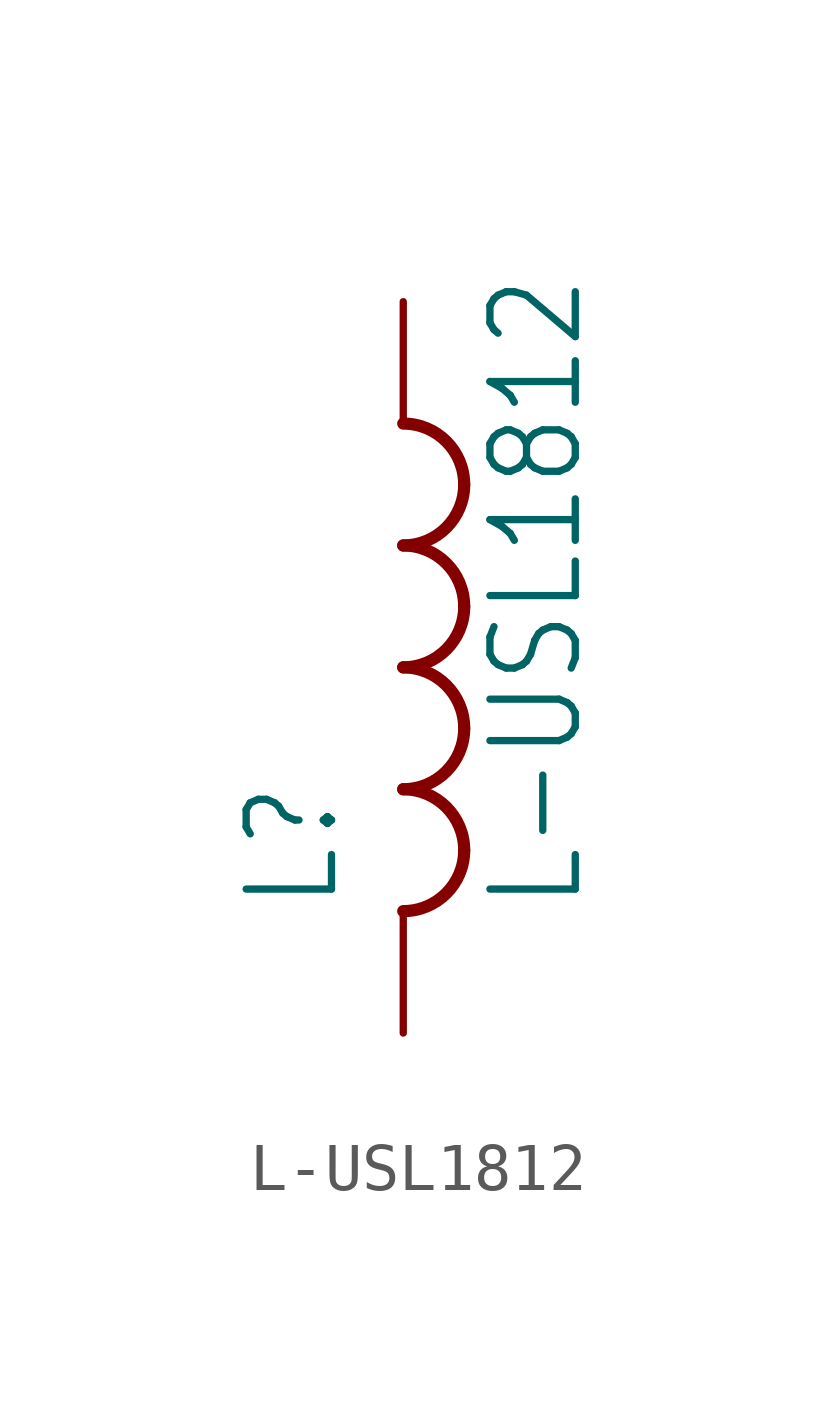
<source format=kicad_sym>
(kicad_symbol_lib
  (version 20211014)
  (generator kicad_symbol_editor)
  (symbol "L-USL1812"
    (property "Reference" "L"
      (at -1.27 -5.08 90)
      (effects (font (size 1.778 1.511)) (justify left bottom)))
    (property "Value" "L-USL1812"
      (at 3.81 -5.08 90)
      (effects (font (size 1.778 1.511)) (justify left bottom)))
    (property "ki_locked" ""
      (at 0 0 0)
      (effects (font (size 1.27 1.27))))
    (symbol "L-USL1812_1_0"
      (arc (start 0 -5.08) (mid 0.898 -4.708) (end 1.27 -3.81) (stroke (width 0.254) (type default) (color 0 0 0 0)) (fill (type none)))
      (arc (start 0 -2.54) (mid 0.898 -2.168) (end 1.27 -1.27) (stroke (width 0.254) (type default) (color 0 0 0 0)) (fill (type none)))
      (arc (start 0 0) (mid 0.898 0.372) (end 1.27 1.27) (stroke (width 0.254) (type default) (color 0 0 0 0)) (fill (type none)))
      (arc (start 0 2.54) (mid 0.898 2.912) (end 1.27 3.81) (stroke (width 0.254) (type default) (color 0 0 0 0)) (fill (type none)))
      (arc (start 1.27 -3.81) (mid 0.898 -2.912) (end 0 -2.54) (stroke (width 0.254) (type default) (color 0 0 0 0)) (fill (type none)))
      (arc (start 1.27 -1.27) (mid 0.898 -0.372) (end 0 0) (stroke (width 0.254) (type default) (color 0 0 0 0)) (fill (type none)))
      (arc (start 1.27 1.27) (mid 0.898 2.168) (end 0 2.54) (stroke (width 0.254) (type default) (color 0 0 0 0)) (fill (type none)))
      (arc (start 1.27 3.81) (mid 0.898 4.708) (end 0 5.08) (stroke (width 0.254) (type default) (color 0 0 0 0)) (fill (type none)))
      (pin passive line (at 0 7.62 270) (length 2.54) (name "1" (effects (font (size 0 0)))) (number "1" (effects (font (size 0 0)))))
      (pin passive line (at 0 -7.62 90) (length 2.54) (name "2" (effects (font (size 0 0)))) (number "2" (effects (font (size 0 0))))))))
</source>
